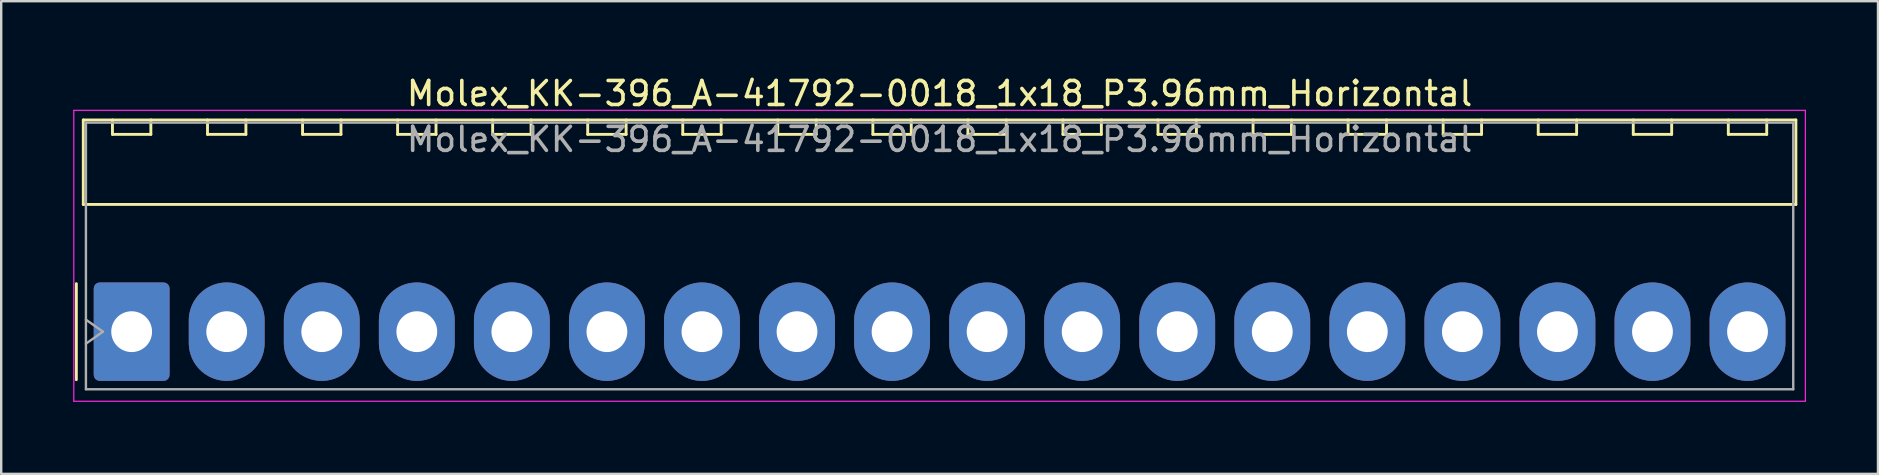
<source format=kicad_pcb>
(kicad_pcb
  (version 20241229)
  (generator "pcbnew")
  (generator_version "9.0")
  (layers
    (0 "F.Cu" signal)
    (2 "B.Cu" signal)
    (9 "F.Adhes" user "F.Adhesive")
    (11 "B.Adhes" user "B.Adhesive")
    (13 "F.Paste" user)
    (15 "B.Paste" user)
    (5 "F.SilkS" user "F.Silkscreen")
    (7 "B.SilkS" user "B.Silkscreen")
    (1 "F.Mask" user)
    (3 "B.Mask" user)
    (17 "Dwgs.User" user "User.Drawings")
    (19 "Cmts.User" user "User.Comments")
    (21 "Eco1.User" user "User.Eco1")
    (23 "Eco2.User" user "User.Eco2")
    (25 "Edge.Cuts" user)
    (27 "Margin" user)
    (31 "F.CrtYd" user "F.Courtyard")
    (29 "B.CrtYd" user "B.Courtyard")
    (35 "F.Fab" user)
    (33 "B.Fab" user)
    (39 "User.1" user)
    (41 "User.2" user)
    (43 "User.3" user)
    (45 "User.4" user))
  (footprint "Molex_KK-396_A-41792-0018_1x18_P3.96mm_Horizontal"
    (layer "F.Cu")
    (at 2.435 10.768)
    (property "Reference" "Molex_KK-396_A-41792-0018_1x18_P3.96mm_Horizontal" (at 33.66 -9.92 0) (layer "F.SilkS") (effects (font (size 1 1) (thickness 0.15))))
    (attr through_hole)
    (fp_line (start -2.305 -2) (end -2.305 2) (stroke (width 0.12) (type solid)) (layer "F.SilkS"))
    (fp_line (start -2.015 -8.82) (end 69.335 -8.82) (stroke (width 0.12) (type solid)) (layer "F.SilkS"))
    (fp_line (start -2.015 -5.3) (end -2.015 -8.82) (stroke (width 0.12) (type solid)) (layer "F.SilkS"))
    (fp_line (start -0.8 -8.82) (end -0.8 -8.22) (stroke (width 0.12) (type solid)) (layer "F.SilkS"))
    (fp_line (start -0.8 -8.22) (end 0.8 -8.22) (stroke (width 0.12) (type solid)) (layer "F.SilkS"))
    (fp_line (start 0.8 -8.22) (end 0.8 -8.82) (stroke (width 0.12) (type solid)) (layer "F.SilkS"))
    (fp_line (start 3.16 -8.82) (end 3.16 -8.22) (stroke (width 0.12) (type solid)) (layer "F.SilkS"))
    (fp_line (start 3.16 -8.22) (end 4.76 -8.22) (stroke (width 0.12) (type solid)) (layer "F.SilkS"))
    (fp_line (start 4.76 -8.22) (end 4.76 -8.82) (stroke (width 0.12) (type solid)) (layer "F.SilkS"))
    (fp_line (start 7.12 -8.82) (end 7.12 -8.22) (stroke (width 0.12) (type solid)) (layer "F.SilkS"))
    (fp_line (start 7.12 -8.22) (end 8.72 -8.22) (stroke (width 0.12) (type solid)) (layer "F.SilkS"))
    (fp_line (start 8.72 -8.22) (end 8.72 -8.82) (stroke (width 0.12) (type solid)) (layer "F.SilkS"))
    (fp_line (start 11.08 -8.82) (end 11.08 -8.22) (stroke (width 0.12) (type solid)) (layer "F.SilkS"))
    (fp_line (start 11.08 -8.22) (end 12.68 -8.22) (stroke (width 0.12) (type solid)) (layer "F.SilkS"))
    (fp_line (start 12.68 -8.22) (end 12.68 -8.82) (stroke (width 0.12) (type solid)) (layer "F.SilkS"))
    (fp_line (start 15.04 -8.82) (end 15.04 -8.22) (stroke (width 0.12) (type solid)) (layer "F.SilkS"))
    (fp_line (start 15.04 -8.22) (end 16.64 -8.22) (stroke (width 0.12) (type solid)) (layer "F.SilkS"))
    (fp_line (start 16.64 -8.22) (end 16.64 -8.82) (stroke (width 0.12) (type solid)) (layer "F.SilkS"))
    (fp_line (start 19 -8.82) (end 19 -8.22) (stroke (width 0.12) (type solid)) (layer "F.SilkS"))
    (fp_line (start 19 -8.22) (end 20.6 -8.22) (stroke (width 0.12) (type solid)) (layer "F.SilkS"))
    (fp_line (start 20.6 -8.22) (end 20.6 -8.82) (stroke (width 0.12) (type solid)) (layer "F.SilkS"))
    (fp_line (start 22.96 -8.82) (end 22.96 -8.22) (stroke (width 0.12) (type solid)) (layer "F.SilkS"))
    (fp_line (start 22.96 -8.22) (end 24.56 -8.22) (stroke (width 0.12) (type solid)) (layer "F.SilkS"))
    (fp_line (start 24.56 -8.22) (end 24.56 -8.82) (stroke (width 0.12) (type solid)) (layer "F.SilkS"))
    (fp_line (start 26.92 -8.82) (end 26.92 -8.22) (stroke (width 0.12) (type solid)) (layer "F.SilkS"))
    (fp_line (start 26.92 -8.22) (end 28.52 -8.22) (stroke (width 0.12) (type solid)) (layer "F.SilkS"))
    (fp_line (start 28.52 -8.22) (end 28.52 -8.82) (stroke (width 0.12) (type solid)) (layer "F.SilkS"))
    (fp_line (start 30.88 -8.82) (end 30.88 -8.22) (stroke (width 0.12) (type solid)) (layer "F.SilkS"))
    (fp_line (start 30.88 -8.22) (end 32.48 -8.22) (stroke (width 0.12) (type solid)) (layer "F.SilkS"))
    (fp_line (start 32.48 -8.22) (end 32.48 -8.82) (stroke (width 0.12) (type solid)) (layer "F.SilkS"))
    (fp_line (start 34.84 -8.82) (end 34.84 -8.22) (stroke (width 0.12) (type solid)) (layer "F.SilkS"))
    (fp_line (start 34.84 -8.22) (end 36.44 -8.22) (stroke (width 0.12) (type solid)) (layer "F.SilkS"))
    (fp_line (start 36.44 -8.22) (end 36.44 -8.82) (stroke (width 0.12) (type solid)) (layer "F.SilkS"))
    (fp_line (start 38.8 -8.82) (end 38.8 -8.22) (stroke (width 0.12) (type solid)) (layer "F.SilkS"))
    (fp_line (start 38.8 -8.22) (end 40.4 -8.22) (stroke (width 0.12) (type solid)) (layer "F.SilkS"))
    (fp_line (start 40.4 -8.22) (end 40.4 -8.82) (stroke (width 0.12) (type solid)) (layer "F.SilkS"))
    (fp_line (start 42.76 -8.82) (end 42.76 -8.22) (stroke (width 0.12) (type solid)) (layer "F.SilkS"))
    (fp_line (start 42.76 -8.22) (end 44.36 -8.22) (stroke (width 0.12) (type solid)) (layer "F.SilkS"))
    (fp_line (start 44.36 -8.22) (end 44.36 -8.82) (stroke (width 0.12) (type solid)) (layer "F.SilkS"))
    (fp_line (start 46.72 -8.82) (end 46.72 -8.22) (stroke (width 0.12) (type solid)) (layer "F.SilkS"))
    (fp_line (start 46.72 -8.22) (end 48.32 -8.22) (stroke (width 0.12) (type solid)) (layer "F.SilkS"))
    (fp_line (start 48.32 -8.22) (end 48.32 -8.82) (stroke (width 0.12) (type solid)) (layer "F.SilkS"))
    (fp_line (start 50.68 -8.82) (end 50.68 -8.22) (stroke (width 0.12) (type solid)) (layer "F.SilkS"))
    (fp_line (start 50.68 -8.22) (end 52.28 -8.22) (stroke (width 0.12) (type solid)) (layer "F.SilkS"))
    (fp_line (start 52.28 -8.22) (end 52.28 -8.82) (stroke (width 0.12) (type solid)) (layer "F.SilkS"))
    (fp_line (start 54.64 -8.82) (end 54.64 -8.22) (stroke (width 0.12) (type solid)) (layer "F.SilkS"))
    (fp_line (start 54.64 -8.22) (end 56.24 -8.22) (stroke (width 0.12) (type solid)) (layer "F.SilkS"))
    (fp_line (start 56.24 -8.22) (end 56.24 -8.82) (stroke (width 0.12) (type solid)) (layer "F.SilkS"))
    (fp_line (start 58.6 -8.82) (end 58.6 -8.22) (stroke (width 0.12) (type solid)) (layer "F.SilkS"))
    (fp_line (start 58.6 -8.22) (end 60.2 -8.22) (stroke (width 0.12) (type solid)) (layer "F.SilkS"))
    (fp_line (start 60.2 -8.22) (end 60.2 -8.82) (stroke (width 0.12) (type solid)) (layer "F.SilkS"))
    (fp_line (start 62.56 -8.82) (end 62.56 -8.22) (stroke (width 0.12) (type solid)) (layer "F.SilkS"))
    (fp_line (start 62.56 -8.22) (end 64.16 -8.22) (stroke (width 0.12) (type solid)) (layer "F.SilkS"))
    (fp_line (start 64.16 -8.22) (end 64.16 -8.82) (stroke (width 0.12) (type solid)) (layer "F.SilkS"))
    (fp_line (start 66.52 -8.82) (end 66.52 -8.22) (stroke (width 0.12) (type solid)) (layer "F.SilkS"))
    (fp_line (start 66.52 -8.22) (end 68.12 -8.22) (stroke (width 0.12) (type solid)) (layer "F.SilkS"))
    (fp_line (start 68.12 -8.22) (end 68.12 -8.82) (stroke (width 0.12) (type solid)) (layer "F.SilkS"))
    (fp_line (start 69.335 -8.82) (end 69.335 -5.3) (stroke (width 0.12) (type solid)) (layer "F.SilkS"))
    (fp_line (start 69.335 -5.3) (end -2.015 -5.3) (stroke (width 0.12) (type solid)) (layer "F.SilkS"))
    (fp_line (start -2.41 -9.22) (end -2.41 2.9) (stroke (width 0.05) (type solid)) (layer "F.CrtYd"))
    (fp_line (start -2.41 2.9) (end 69.73 2.9) (stroke (width 0.05) (type solid)) (layer "F.CrtYd"))
    (fp_line (start 69.73 -9.22) (end -2.41 -9.22) (stroke (width 0.05) (type solid)) (layer "F.CrtYd"))
    (fp_line (start 69.73 2.9) (end 69.73 -9.22) (stroke (width 0.05) (type solid)) (layer "F.CrtYd"))
    (fp_line (start -1.905 -8.71) (end 69.225 -8.71) (stroke (width 0.1) (type solid)) (layer "F.Fab"))
    (fp_line (start -1.905 -0.5) (end -1.198 0) (stroke (width 0.1) (type solid)) (layer "F.Fab"))
    (fp_line (start -1.905 2.4) (end -1.905 -8.71) (stroke (width 0.1) (type solid)) (layer "F.Fab"))
    (fp_line (start -1.198 0) (end -1.905 0.5) (stroke (width 0.1) (type solid)) (layer "F.Fab"))
    (fp_line (start 69.225 -8.71) (end 69.225 2.4) (stroke (width 0.1) (type solid)) (layer "F.Fab"))
    (fp_line (start 69.225 2.4) (end -1.905 2.4) (stroke (width 0.1) (type solid)) (layer "F.Fab"))
    (fp_text user "${REFERENCE}" (at 33.66 -8.01 0) (layer "F.Fab") (effects (font (size 1 1) (thickness 0.15))))
    (pad "1" thru_hole roundrect (at 0 0) (size 3.16 4.1) (drill 1.7) (layers "*.Cu" "*.Mask") (roundrect_rratio 0.079))
    (pad "2" thru_hole oval (at 3.96 0) (size 3.16 4.1) (drill 1.7) (layers "*.Cu" "*.Mask"))
    (pad "3" thru_hole oval (at 7.92 0) (size 3.16 4.1) (drill 1.7) (layers "*.Cu" "*.Mask"))
    (pad "4" thru_hole oval (at 11.88 0) (size 3.16 4.1) (drill 1.7) (layers "*.Cu" "*.Mask"))
    (pad "5" thru_hole oval (at 15.84 0) (size 3.16 4.1) (drill 1.7) (layers "*.Cu" "*.Mask"))
    (pad "6" thru_hole oval (at 19.8 0) (size 3.16 4.1) (drill 1.7) (layers "*.Cu" "*.Mask"))
    (pad "7" thru_hole oval (at 23.76 0) (size 3.16 4.1) (drill 1.7) (layers "*.Cu" "*.Mask"))
    (pad "8" thru_hole oval (at 27.72 0) (size 3.16 4.1) (drill 1.7) (layers "*.Cu" "*.Mask"))
    (pad "9" thru_hole oval (at 31.68 0) (size 3.16 4.1) (drill 1.7) (layers "*.Cu" "*.Mask"))
    (pad "10" thru_hole oval (at 35.64 0) (size 3.16 4.1) (drill 1.7) (layers "*.Cu" "*.Mask"))
    (pad "11" thru_hole oval (at 39.6 0) (size 3.16 4.1) (drill 1.7) (layers "*.Cu" "*.Mask"))
    (pad "12" thru_hole oval (at 43.56 0) (size 3.16 4.1) (drill 1.7) (layers "*.Cu" "*.Mask"))
    (pad "13" thru_hole oval (at 47.52 0) (size 3.16 4.1) (drill 1.7) (layers "*.Cu" "*.Mask"))
    (pad "14" thru_hole oval (at 51.48 0) (size 3.16 4.1) (drill 1.7) (layers "*.Cu" "*.Mask"))
    (pad "15" thru_hole oval (at 55.44 0) (size 3.16 4.1) (drill 1.7) (layers "*.Cu" "*.Mask"))
    (pad "16" thru_hole oval (at 59.4 0) (size 3.16 4.1) (drill 1.7) (layers "*.Cu" "*.Mask"))
    (pad "17" thru_hole oval (at 63.36 0) (size 3.16 4.1) (drill 1.7) (layers "*.Cu" "*.Mask"))
    (pad "18" thru_hole oval (at 67.32 0) (size 3.16 4.1) (drill 1.7) (layers "*.Cu" "*.Mask")))
  (gr_rect
    (start -3 -3)
    (end 75.19 16.693)
    (stroke (width 0.1) (type default))
    (fill no)
    (layer "Edge.Cuts")))
</source>
